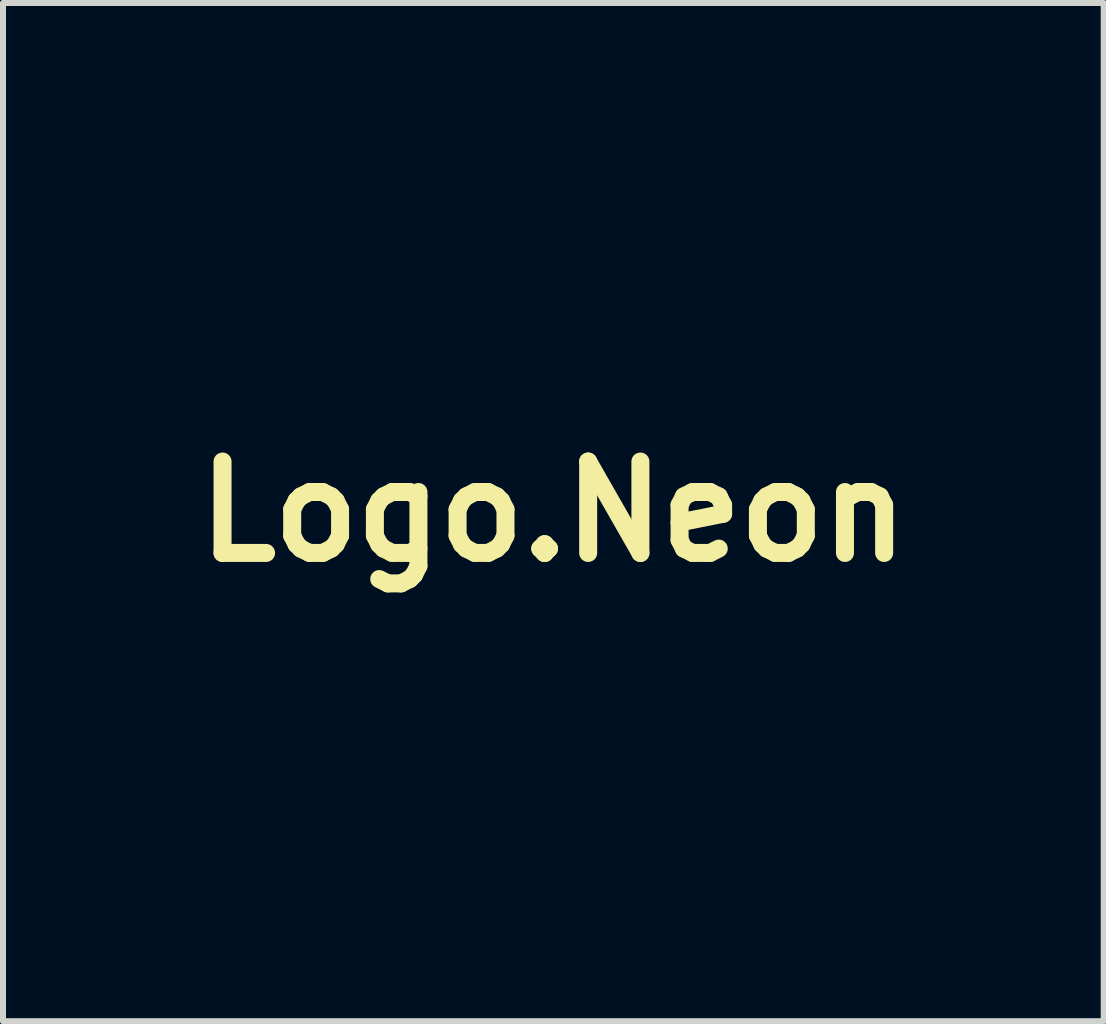
<source format=kicad_pcb>
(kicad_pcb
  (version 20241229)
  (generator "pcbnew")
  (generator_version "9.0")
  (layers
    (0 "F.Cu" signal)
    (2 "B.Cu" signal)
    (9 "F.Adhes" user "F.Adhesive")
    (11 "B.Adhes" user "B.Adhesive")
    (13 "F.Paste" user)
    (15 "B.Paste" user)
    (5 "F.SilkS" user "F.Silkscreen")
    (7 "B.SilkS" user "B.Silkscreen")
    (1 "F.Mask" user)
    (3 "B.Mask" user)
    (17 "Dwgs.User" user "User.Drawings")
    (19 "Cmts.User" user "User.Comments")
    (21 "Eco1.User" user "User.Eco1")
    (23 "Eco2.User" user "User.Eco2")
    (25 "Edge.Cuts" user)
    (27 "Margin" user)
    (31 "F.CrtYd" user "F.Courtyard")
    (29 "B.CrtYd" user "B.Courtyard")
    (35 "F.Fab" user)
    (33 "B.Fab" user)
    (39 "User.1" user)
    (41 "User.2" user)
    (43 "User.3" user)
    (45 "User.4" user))
  (footprint "Logo.Neon"
    (layer "F.Cu")
    (at 6.176 5.48)
    (property "Reference" "Logo.Neon" (at 0 0 0) (layer "F.SilkS") (effects (font (size 1.524 1.524) (thickness 0.3))))
    (attr through_hole)
    (fp_poly (pts (xy 2.253 -4.105) (xy 4.649 -2.736) (xy 4.661 2.767) (xy 2.28 4.127) (xy 1.973 4.303) (xy 1.676 4.472) (xy 1.393 4.633) (xy 1.126 4.785) (xy 0.877 4.926) (xy 0.65 5.054) (xy 0.446 5.169) (xy 0.269 5.269) (xy 0.12 5.352) (xy 0.003 5.418) (xy -0.081 5.463) (xy -0.128 5.488) (xy -0.138 5.493) (xy -0.162 5.482) (xy -0.225 5.449) (xy -0.323 5.397) (xy -0.453 5.325) (xy -0.614 5.235) (xy -0.803 5.13) (xy -1.016 5.01) (xy -1.253 4.876) (xy -1.509 4.731) (xy -1.783 4.576) (xy -2.072 4.411) (xy -2.373 4.239) (xy -2.557 4.134) (xy -4.94 2.77) (xy -4.939 -2.56) (xy -4.661 -2.56) (xy -4.66 0.019) (xy -4.66 2.598) (xy -2.406 3.886) (xy -2.107 4.056) (xy -1.82 4.22) (xy -1.547 4.376) (xy -1.29 4.522) (xy -1.052 4.657) (xy -0.836 4.78) (xy -0.645 4.889) (xy -0.48 4.982) (xy -0.345 5.058) (xy -0.242 5.117) (xy -0.173 5.155) (xy -0.142 5.172) (xy -0.14 5.173) (xy -0.118 5.161) (xy -0.059 5.128) (xy 0.035 5.075) (xy 0.162 5.003) (xy 0.32 4.913) (xy 0.504 4.808) (xy 0.714 4.689) (xy 0.946 4.556) (xy 1.198 4.412) (xy 1.467 4.259) (xy 1.751 4.097) (xy 2.046 3.928) (xy 2.121 3.885) (xy 4.369 2.598) (xy 4.375 0.021) (xy 4.381 -2.557) (xy 2.132 -3.842) (xy 1.834 -4.012) (xy 1.546 -4.176) (xy 1.273 -4.332) (xy 1.016 -4.478) (xy 0.777 -4.613) (xy 0.561 -4.735) (xy 0.368 -4.844) (xy 0.202 -4.937) (xy 0.066 -5.014) (xy -0.038 -5.071) (xy -0.108 -5.109) (xy -0.141 -5.126) (xy -0.143 -5.127) (xy -0.166 -5.115) (xy -0.227 -5.082) (xy -0.324 -5.029) (xy -0.453 -4.957) (xy -0.612 -4.868) (xy -0.798 -4.763) (xy -1.009 -4.643) (xy -1.243 -4.511) (xy -1.495 -4.367) (xy -1.765 -4.214) (xy -2.05 -4.052) (xy -2.346 -3.883) (xy -2.415 -3.843) (xy -4.661 -2.56) (xy -4.939 -2.56) (xy -4.939 -2.738) (xy -2.541 -4.106) (xy -0.143 -5.475) (xy 2.253 -4.105)) (stroke (width 0.01) (type solid)) (fill no) (layer "Eco2.User"))
    (fp_poly (pts (xy -0.118 -3.468) (xy -0.08 -3.454) (xy -0.027 -3.43) (xy 0.045 -3.395) (xy 0.139 -3.345) (xy 0.257 -3.281) (xy 0.4 -3.202) (xy 0.573 -3.104) (xy 0.777 -2.988) (xy 1.014 -2.852) (xy 1.288 -2.695) (xy 1.468 -2.591) (xy 2.994 -1.71) (xy 2.994 2.795) (xy 2.924 2.864) (xy 2.885 2.895) (xy 2.812 2.944) (xy 2.71 3.008) (xy 2.588 3.083) (xy 2.45 3.165) (xy 2.342 3.228) (xy 2.183 3.319) (xy 2.058 3.389) (xy 1.963 3.44) (xy 1.891 3.476) (xy 1.838 3.498) (xy 1.798 3.51) (xy 1.765 3.513) (xy 1.74 3.511) (xy 1.64 3.476) (xy 1.552 3.405) (xy 1.507 3.344) (xy 1.5 3.314) (xy 1.493 3.249) (xy 1.487 3.147) (xy 1.482 3.007) (xy 1.478 2.826) (xy 1.474 2.604) (xy 1.47 2.337) (xy 1.468 2.174) (xy 1.456 1.05) (xy 0.687 1.471) (xy 0.512 1.567) (xy 0.348 1.657) (xy 0.2 1.737) (xy 0.074 1.806) (xy -0.027 1.86) (xy -0.097 1.898) (xy -0.132 1.916) (xy -0.133 1.916) (xy -0.15 1.92) (xy -0.175 1.916) (xy -0.213 1.902) (xy -0.266 1.877) (xy -0.34 1.837) (xy -0.436 1.782) (xy -0.56 1.709) (xy -0.715 1.616) (xy -0.905 1.5) (xy -0.953 1.471) (xy -1.124 1.367) (xy -1.283 1.271) (xy -1.424 1.185) (xy -1.545 1.113) (xy -1.639 1.057) (xy -1.704 1.019) (xy -1.734 1.003) (xy -1.735 1.002) (xy -1.738 1.025) (xy -1.74 1.089) (xy -1.742 1.192) (xy -1.744 1.327) (xy -1.746 1.491) (xy -1.747 1.679) (xy -1.747 1.887) (xy -1.748 2.11) (xy -1.748 2.126) (xy -1.748 2.397) (xy -1.748 2.625) (xy -1.749 2.815) (xy -1.752 2.97) (xy -1.757 3.094) (xy -1.763 3.192) (xy -1.773 3.267) (xy -1.786 3.324) (xy -1.802 3.366) (xy -1.823 3.398) (xy -1.848 3.423) (xy -1.879 3.446) (xy -1.908 3.466) (xy -2.001 3.51) (xy -2.092 3.512) (xy -2.193 3.474) (xy -2.196 3.473) (xy -2.256 3.439) (xy -2.347 3.388) (xy -2.459 3.324) (xy -2.585 3.251) (xy -2.715 3.176) (xy -2.841 3.103) (xy -2.955 3.037) (xy -3.046 2.983) (xy -3.107 2.946) (xy -3.114 2.941) (xy -3.139 2.927) (xy -3.162 2.916) (xy -3.182 2.904) (xy -3.199 2.891) (xy -3.215 2.873) (xy -3.229 2.849) (xy -3.241 2.814) (xy -3.251 2.769) (xy -3.259 2.708) (xy -3.266 2.632) (xy -3.272 2.536) (xy -3.276 2.418) (xy -3.28 2.277) (xy -3.282 2.11) (xy -3.284 1.913) (xy -3.285 1.686) (xy -3.286 1.424) (xy -3.286 1.127) (xy -3.286 0.791) (xy -3.286 0.415) (xy -3.286 0.137) (xy -1.608 0.137) (xy -1.608 0.903) (xy -1.031 1.254) (xy -0.846 1.366) (xy -0.697 1.457) (xy -0.578 1.529) (xy -0.484 1.584) (xy -0.412 1.623) (xy -0.355 1.65) (xy -0.309 1.667) (xy -0.269 1.675) (xy -0.23 1.677) (xy -0.188 1.675) (xy -0.138 1.672) (xy -0.117 1.67) (xy 0.082 1.66) (xy 0.478 1.443) (xy 0.62 1.365) (xy 0.766 1.285) (xy 0.905 1.209) (xy 1.023 1.145) (xy 1.095 1.105) (xy 1.317 0.984) (xy 1.323 0.189) (xy 1.324 -0.057) (xy 1.324 -0.256) (xy 1.321 -0.411) (xy 1.318 -0.52) (xy 1.312 -0.585) (xy 1.305 -0.606) (xy 1.266 -0.594) (xy 1.194 -0.561) (xy 1.096 -0.512) (xy 0.979 -0.448) (xy 0.848 -0.375) (xy 0.711 -0.297) (xy 0.574 -0.216) (xy 0.443 -0.137) (xy 0.326 -0.063) (xy 0.228 0.001) (xy 0.16 0.05) (xy 0.084 0.105) (xy -0.002 0.16) (xy -0.024 0.173) (xy -0.124 0.229) (xy -0.196 0.176) (xy -0.243 0.146) (xy -0.321 0.099) (xy -0.42 0.042) (xy -0.531 -0.02) (xy -0.559 -0.035) (xy -0.684 -0.104) (xy -0.812 -0.175) (xy -0.929 -0.242) (xy -1.02 -0.295) (xy -1.025 -0.298) (xy -1.179 -0.389) (xy -1.315 -0.469) (xy -1.43 -0.536) (xy -1.518 -0.587) (xy -1.576 -0.619) (xy -1.598 -0.629) (xy -1.6 -0.607) (xy -1.603 -0.543) (xy -1.604 -0.444) (xy -1.606 -0.314) (xy -1.607 -0.16) (xy -1.608 0.014) (xy -1.608 0.137) (xy -3.286 0.137) (xy -3.286 -0.005) (xy -3.286 -0.164) (xy -3.286 -0.599) (xy -3.286 -0.827) (xy -1.716 -0.827) (xy -1.698 -0.81) (xy -1.644 -0.775) (xy -1.56 -0.725) (xy -1.45 -0.661) (xy -1.32 -0.588) (xy -1.176 -0.508) (xy -1.023 -0.423) (xy -0.866 -0.338) (xy -0.71 -0.254) (xy -0.561 -0.175) (xy -0.425 -0.104) (xy -0.306 -0.043) (xy -0.211 0.004) (xy -0.143 0.035) (xy -0.11 0.046) (xy -0.109 0.046) (xy -0.085 0.035) (xy -0.025 0.004) (xy 0.066 -0.044) (xy 0.185 -0.109) (xy 0.326 -0.185) (xy 0.484 -0.273) (xy 0.656 -0.367) (xy 0.677 -0.379) (xy 0.849 -0.475) (xy 1.007 -0.564) (xy 1.147 -0.645) (xy 1.265 -0.714) (xy 1.355 -0.769) (xy 1.414 -0.807) (xy 1.437 -0.825) (xy 1.437 -0.826) (xy 1.416 -0.841) (xy 1.361 -0.876) (xy 1.275 -0.929) (xy 1.165 -0.995) (xy 1.036 -1.071) (xy 0.893 -1.156) (xy 0.741 -1.245) (xy 0.586 -1.335) (xy 0.434 -1.424) (xy 0.288 -1.508) (xy 0.156 -1.584) (xy 0.041 -1.649) (xy -0.05 -1.7) (xy -0.113 -1.734) (xy -0.141 -1.748) (xy -0.142 -1.748) (xy -0.167 -1.736) (xy -0.226 -1.704) (xy -0.315 -1.655) (xy -0.427 -1.591) (xy -0.558 -1.516) (xy -0.702 -1.432) (xy -0.855 -1.344) (xy -1.009 -1.254) (xy -1.161 -1.164) (xy -1.305 -1.079) (xy -1.435 -1.002) (xy -1.547 -0.935) (xy -1.634 -0.881) (xy -1.692 -0.844) (xy -1.716 -0.827) (xy -1.716 -0.827) (xy -3.286 -0.827) (xy -3.286 -0.991) (xy -3.285 -1.341) (xy -3.285 -1.651) (xy -3.285 -1.925) (xy -3.284 -2.164) (xy -3.282 -2.37) (xy -3.28 -2.548) (xy -3.277 -2.697) (xy -3.274 -2.822) (xy -3.269 -2.925) (xy -3.263 -3.008) (xy -3.256 -3.072) (xy -3.248 -3.122) (xy -3.239 -3.159) (xy -3.227 -3.186) (xy -3.215 -3.204) (xy -3.2 -3.217) (xy -3.184 -3.227) (xy -3.166 -3.236) (xy -3.145 -3.247) (xy -3.145 -3.248) (xy -3.102 -3.27) (xy -3.061 -3.283) (xy -3.015 -3.286) (xy -2.959 -3.276) (xy -2.89 -3.252) (xy -2.802 -3.211) (xy -2.689 -3.152) (xy -2.548 -3.074) (xy -2.373 -2.973) (xy -2.326 -2.946) (xy -2.151 -2.846) (xy -2.013 -2.767) (xy -1.905 -2.709) (xy -1.825 -2.667) (xy -1.767 -2.641) (xy -1.727 -2.628) (xy -1.701 -2.626) (xy -1.691 -2.629) (xy -1.66 -2.646) (xy -1.594 -2.683) (xy -1.497 -2.738) (xy -1.375 -2.808) (xy -1.232 -2.889) (xy -1.074 -2.98) (xy -0.933 -3.062) (xy -0.733 -3.177) (xy -0.569 -3.27) (xy -0.437 -3.343) (xy -0.333 -3.397) (xy -0.255 -3.435) (xy -0.198 -3.459) (xy -0.158 -3.47) (xy -0.141 -3.472) (xy -0.118 -3.468)) (stroke (width 0.01) (type solid)) (fill no) (layer "Eco2.User")))
  (gr_rect
    (start -3 -3)
    (end 15.352 13.977)
    (stroke (width 0.1) (type default))
    (fill no)
    (layer "Edge.Cuts")))
</source>
